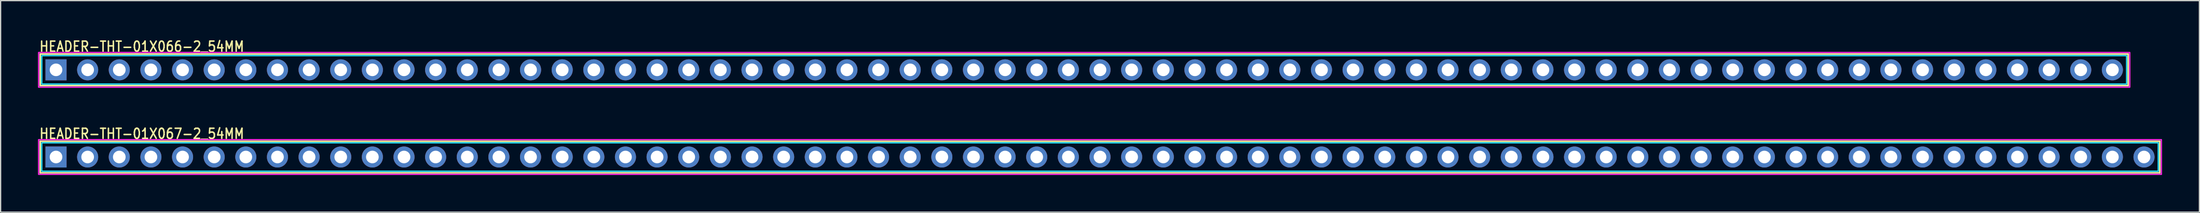
<source format=kicad_pcb>
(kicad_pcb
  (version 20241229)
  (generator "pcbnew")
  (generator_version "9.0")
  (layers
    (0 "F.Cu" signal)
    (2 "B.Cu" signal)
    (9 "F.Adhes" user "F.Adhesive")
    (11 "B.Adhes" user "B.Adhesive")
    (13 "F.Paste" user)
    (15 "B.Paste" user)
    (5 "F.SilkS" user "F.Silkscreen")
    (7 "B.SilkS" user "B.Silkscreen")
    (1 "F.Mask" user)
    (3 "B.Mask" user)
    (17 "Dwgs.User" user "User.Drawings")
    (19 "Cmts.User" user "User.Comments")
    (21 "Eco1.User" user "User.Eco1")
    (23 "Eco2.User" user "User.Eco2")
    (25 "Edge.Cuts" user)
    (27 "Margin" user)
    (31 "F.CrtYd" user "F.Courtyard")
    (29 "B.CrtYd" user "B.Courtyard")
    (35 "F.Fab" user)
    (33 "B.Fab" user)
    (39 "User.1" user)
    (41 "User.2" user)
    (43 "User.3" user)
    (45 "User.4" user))
  (footprint "HEADER-THT-01X066-2_54MM"
    (layer "F.Cu")
    (at 1.447 2.579)
    (property "Reference" "HEADER-THT-01X066-2_54MM" (at -1.4 -1.4 0) (unlocked yes) (layer "F.SilkS") (effects (font (size 0.813 0.695) (thickness 0.122)) (justify left bottom)))
    (fp_line (start -1.27 -1.27) (end -1.27 1.27) (stroke (width 0.127) (type solid)) (layer "F.SilkS"))
    (fp_line (start -1.27 1.27) (end 166.37 1.27) (stroke (width 0.127) (type solid)) (layer "F.SilkS"))
    (fp_line (start 166.37 -1.27) (end -1.27 -1.27) (stroke (width 0.127) (type solid)) (layer "F.SilkS"))
    (fp_line (start 166.37 1.27) (end 166.37 -1.27) (stroke (width 0.127) (type solid)) (layer "F.SilkS"))
    (fp_poly (pts (xy -1.143 -1.143) (xy 166.243 -1.143) (xy 166.243 1.143) (xy -1.143 1.143)) (stroke (width 0.1) (type solid)) (fill no) (layer "B.CrtYd"))
    (fp_poly (pts (xy -1.397 -1.397) (xy 166.497 -1.397) (xy 166.497 1.397) (xy -1.397 1.397)) (stroke (width 0.1) (type solid)) (fill no) (layer "F.CrtYd"))
    (pad "1" thru_hole rect (at 0 0) (size 1.693 1.693) (drill 1.016) (layers "*.Cu" "*.Mask"))
    (pad "2" thru_hole oval (at 2.54 0) (size 1.693 1.693) (drill 1.016) (layers "*.Cu" "*.Mask"))
    (pad "3" thru_hole oval (at 5.08 0) (size 1.693 1.693) (drill 1.016) (layers "*.Cu" "*.Mask"))
    (pad "4" thru_hole oval (at 7.62 0) (size 1.693 1.693) (drill 1.016) (layers "*.Cu" "*.Mask"))
    (pad "5" thru_hole oval (at 10.16 0) (size 1.693 1.693) (drill 1.016) (layers "*.Cu" "*.Mask"))
    (pad "6" thru_hole oval (at 12.7 0) (size 1.693 1.693) (drill 1.016) (layers "*.Cu" "*.Mask"))
    (pad "7" thru_hole oval (at 15.24 0) (size 1.693 1.693) (drill 1.016) (layers "*.Cu" "*.Mask"))
    (pad "8" thru_hole oval (at 17.78 0) (size 1.693 1.693) (drill 1.016) (layers "*.Cu" "*.Mask"))
    (pad "9" thru_hole oval (at 20.32 0) (size 1.693 1.693) (drill 1.016) (layers "*.Cu" "*.Mask"))
    (pad "10" thru_hole oval (at 22.86 0) (size 1.693 1.693) (drill 1.016) (layers "*.Cu" "*.Mask"))
    (pad "11" thru_hole oval (at 25.4 0) (size 1.693 1.693) (drill 1.016) (layers "*.Cu" "*.Mask"))
    (pad "12" thru_hole oval (at 27.94 0) (size 1.693 1.693) (drill 1.016) (layers "*.Cu" "*.Mask"))
    (pad "13" thru_hole oval (at 30.48 0) (size 1.693 1.693) (drill 1.016) (layers "*.Cu" "*.Mask"))
    (pad "14" thru_hole oval (at 33.02 0) (size 1.693 1.693) (drill 1.016) (layers "*.Cu" "*.Mask"))
    (pad "15" thru_hole oval (at 35.56 0) (size 1.693 1.693) (drill 1.016) (layers "*.Cu" "*.Mask"))
    (pad "16" thru_hole oval (at 38.1 0) (size 1.693 1.693) (drill 1.016) (layers "*.Cu" "*.Mask"))
    (pad "17" thru_hole oval (at 40.64 0) (size 1.693 1.693) (drill 1.016) (layers "*.Cu" "*.Mask"))
    (pad "18" thru_hole oval (at 43.18 0) (size 1.693 1.693) (drill 1.016) (layers "*.Cu" "*.Mask"))
    (pad "19" thru_hole oval (at 45.72 0) (size 1.693 1.693) (drill 1.016) (layers "*.Cu" "*.Mask"))
    (pad "20" thru_hole oval (at 48.26 0) (size 1.693 1.693) (drill 1.016) (layers "*.Cu" "*.Mask"))
    (pad "21" thru_hole oval (at 50.8 0) (size 1.693 1.693) (drill 1.016) (layers "*.Cu" "*.Mask"))
    (pad "22" thru_hole oval (at 53.34 0) (size 1.693 1.693) (drill 1.016) (layers "*.Cu" "*.Mask"))
    (pad "23" thru_hole oval (at 55.88 0) (size 1.693 1.693) (drill 1.016) (layers "*.Cu" "*.Mask"))
    (pad "24" thru_hole oval (at 58.42 0) (size 1.693 1.693) (drill 1.016) (layers "*.Cu" "*.Mask"))
    (pad "25" thru_hole oval (at 60.96 0) (size 1.693 1.693) (drill 1.016) (layers "*.Cu" "*.Mask"))
    (pad "26" thru_hole oval (at 63.5 0) (size 1.693 1.693) (drill 1.016) (layers "*.Cu" "*.Mask"))
    (pad "27" thru_hole oval (at 66.04 0) (size 1.693 1.693) (drill 1.016) (layers "*.Cu" "*.Mask"))
    (pad "28" thru_hole oval (at 68.58 0) (size 1.693 1.693) (drill 1.016) (layers "*.Cu" "*.Mask"))
    (pad "29" thru_hole oval (at 71.12 0) (size 1.693 1.693) (drill 1.016) (layers "*.Cu" "*.Mask"))
    (pad "30" thru_hole oval (at 73.66 0) (size 1.693 1.693) (drill 1.016) (layers "*.Cu" "*.Mask"))
    (pad "31" thru_hole oval (at 76.2 0) (size 1.693 1.693) (drill 1.016) (layers "*.Cu" "*.Mask"))
    (pad "32" thru_hole oval (at 78.74 0) (size 1.693 1.693) (drill 1.016) (layers "*.Cu" "*.Mask"))
    (pad "33" thru_hole oval (at 81.28 0) (size 1.693 1.693) (drill 1.016) (layers "*.Cu" "*.Mask"))
    (pad "34" thru_hole oval (at 83.82 0) (size 1.693 1.693) (drill 1.016) (layers "*.Cu" "*.Mask"))
    (pad "35" thru_hole oval (at 86.36 0) (size 1.693 1.693) (drill 1.016) (layers "*.Cu" "*.Mask"))
    (pad "36" thru_hole oval (at 88.9 0) (size 1.693 1.693) (drill 1.016) (layers "*.Cu" "*.Mask"))
    (pad "37" thru_hole oval (at 91.44 0) (size 1.693 1.693) (drill 1.016) (layers "*.Cu" "*.Mask"))
    (pad "38" thru_hole oval (at 93.98 0) (size 1.693 1.693) (drill 1.016) (layers "*.Cu" "*.Mask"))
    (pad "39" thru_hole oval (at 96.52 0) (size 1.693 1.693) (drill 1.016) (layers "*.Cu" "*.Mask"))
    (pad "40" thru_hole oval (at 99.06 0) (size 1.693 1.693) (drill 1.016) (layers "*.Cu" "*.Mask"))
    (pad "41" thru_hole oval (at 101.6 0) (size 1.693 1.693) (drill 1.016) (layers "*.Cu" "*.Mask"))
    (pad "42" thru_hole oval (at 104.14 0) (size 1.693 1.693) (drill 1.016) (layers "*.Cu" "*.Mask"))
    (pad "43" thru_hole oval (at 106.68 0) (size 1.693 1.693) (drill 1.016) (layers "*.Cu" "*.Mask"))
    (pad "44" thru_hole oval (at 109.22 0) (size 1.693 1.693) (drill 1.016) (layers "*.Cu" "*.Mask"))
    (pad "45" thru_hole oval (at 111.76 0) (size 1.693 1.693) (drill 1.016) (layers "*.Cu" "*.Mask"))
    (pad "46" thru_hole oval (at 114.3 0) (size 1.693 1.693) (drill 1.016) (layers "*.Cu" "*.Mask"))
    (pad "47" thru_hole oval (at 116.84 0) (size 1.693 1.693) (drill 1.016) (layers "*.Cu" "*.Mask"))
    (pad "48" thru_hole oval (at 119.38 0) (size 1.693 1.693) (drill 1.016) (layers "*.Cu" "*.Mask"))
    (pad "49" thru_hole oval (at 121.92 0) (size 1.693 1.693) (drill 1.016) (layers "*.Cu" "*.Mask"))
    (pad "50" thru_hole oval (at 124.46 0) (size 1.693 1.693) (drill 1.016) (layers "*.Cu" "*.Mask"))
    (pad "51" thru_hole oval (at 127 0) (size 1.693 1.693) (drill 1.016) (layers "*.Cu" "*.Mask"))
    (pad "52" thru_hole oval (at 129.54 0) (size 1.693 1.693) (drill 1.016) (layers "*.Cu" "*.Mask"))
    (pad "53" thru_hole oval (at 132.08 0) (size 1.693 1.693) (drill 1.016) (layers "*.Cu" "*.Mask"))
    (pad "54" thru_hole oval (at 134.62 0) (size 1.693 1.693) (drill 1.016) (layers "*.Cu" "*.Mask"))
    (pad "55" thru_hole oval (at 137.16 0) (size 1.693 1.693) (drill 1.016) (layers "*.Cu" "*.Mask"))
    (pad "56" thru_hole oval (at 139.7 0) (size 1.693 1.693) (drill 1.016) (layers "*.Cu" "*.Mask"))
    (pad "57" thru_hole oval (at 142.24 0) (size 1.693 1.693) (drill 1.016) (layers "*.Cu" "*.Mask"))
    (pad "58" thru_hole oval (at 144.78 0) (size 1.693 1.693) (drill 1.016) (layers "*.Cu" "*.Mask"))
    (pad "59" thru_hole oval (at 147.32 0) (size 1.693 1.693) (drill 1.016) (layers "*.Cu" "*.Mask"))
    (pad "60" thru_hole oval (at 149.86 0) (size 1.693 1.693) (drill 1.016) (layers "*.Cu" "*.Mask"))
    (pad "61" thru_hole oval (at 152.4 0) (size 1.693 1.693) (drill 1.016) (layers "*.Cu" "*.Mask"))
    (pad "62" thru_hole oval (at 154.94 0) (size 1.693 1.693) (drill 1.016) (layers "*.Cu" "*.Mask"))
    (pad "63" thru_hole oval (at 157.48 0) (size 1.693 1.693) (drill 1.016) (layers "*.Cu" "*.Mask"))
    (pad "64" thru_hole oval (at 160.02 0) (size 1.693 1.693) (drill 1.016) (layers "*.Cu" "*.Mask"))
    (pad "65" thru_hole oval (at 162.56 0) (size 1.693 1.693) (drill 1.016) (layers "*.Cu" "*.Mask"))
    (pad "66" thru_hole oval (at 165.1 0) (size 1.693 1.693) (drill 1.016) (layers "*.Cu" "*.Mask")))
  (footprint "HEADER-THT-01X067-2_54MM"
    (layer "F.Cu")
    (at 1.447 9.604)
    (property "Reference" "HEADER-THT-01X067-2_54MM" (at -1.4 -1.4 0) (unlocked yes) (layer "F.SilkS") (effects (font (size 0.813 0.695) (thickness 0.122)) (justify left bottom)))
    (fp_line (start -1.27 -1.27) (end -1.27 1.27) (stroke (width 0.127) (type solid)) (layer "F.SilkS"))
    (fp_line (start -1.27 1.27) (end 168.91 1.27) (stroke (width 0.127) (type solid)) (layer "F.SilkS"))
    (fp_line (start 168.91 -1.27) (end -1.27 -1.27) (stroke (width 0.127) (type solid)) (layer "F.SilkS"))
    (fp_line (start 168.91 1.27) (end 168.91 -1.27) (stroke (width 0.127) (type solid)) (layer "F.SilkS"))
    (fp_poly (pts (xy -1.143 -1.143) (xy 168.783 -1.143) (xy 168.783 1.143) (xy -1.143 1.143)) (stroke (width 0.1) (type solid)) (fill no) (layer "B.CrtYd"))
    (fp_poly (pts (xy -1.397 -1.397) (xy 169.037 -1.397) (xy 169.037 1.397) (xy -1.397 1.397)) (stroke (width 0.1) (type solid)) (fill no) (layer "F.CrtYd"))
    (pad "P$1" thru_hole rect (at 0 0) (size 1.693 1.693) (drill 1.016) (layers "*.Cu" "*.Mask"))
    (pad "P$2" thru_hole oval (at 2.54 0) (size 1.693 1.693) (drill 1.016) (layers "*.Cu" "*.Mask"))
    (pad "P$3" thru_hole oval (at 5.08 0) (size 1.693 1.693) (drill 1.016) (layers "*.Cu" "*.Mask"))
    (pad "P$4" thru_hole oval (at 7.62 0) (size 1.693 1.693) (drill 1.016) (layers "*.Cu" "*.Mask"))
    (pad "P$5" thru_hole oval (at 10.16 0) (size 1.693 1.693) (drill 1.016) (layers "*.Cu" "*.Mask"))
    (pad "P$6" thru_hole oval (at 12.7 0) (size 1.693 1.693) (drill 1.016) (layers "*.Cu" "*.Mask"))
    (pad "P$7" thru_hole oval (at 15.24 0) (size 1.693 1.693) (drill 1.016) (layers "*.Cu" "*.Mask"))
    (pad "P$8" thru_hole oval (at 17.78 0) (size 1.693 1.693) (drill 1.016) (layers "*.Cu" "*.Mask"))
    (pad "P$9" thru_hole oval (at 20.32 0) (size 1.693 1.693) (drill 1.016) (layers "*.Cu" "*.Mask"))
    (pad "P$10" thru_hole oval (at 22.86 0) (size 1.693 1.693) (drill 1.016) (layers "*.Cu" "*.Mask"))
    (pad "P$11" thru_hole oval (at 25.4 0) (size 1.693 1.693) (drill 1.016) (layers "*.Cu" "*.Mask"))
    (pad "P$12" thru_hole oval (at 27.94 0) (size 1.693 1.693) (drill 1.016) (layers "*.Cu" "*.Mask"))
    (pad "P$13" thru_hole oval (at 30.48 0) (size 1.693 1.693) (drill 1.016) (layers "*.Cu" "*.Mask"))
    (pad "P$14" thru_hole oval (at 33.02 0) (size 1.693 1.693) (drill 1.016) (layers "*.Cu" "*.Mask"))
    (pad "P$15" thru_hole oval (at 35.56 0) (size 1.693 1.693) (drill 1.016) (layers "*.Cu" "*.Mask"))
    (pad "P$16" thru_hole oval (at 38.1 0) (size 1.693 1.693) (drill 1.016) (layers "*.Cu" "*.Mask"))
    (pad "P$17" thru_hole oval (at 40.64 0) (size 1.693 1.693) (drill 1.016) (layers "*.Cu" "*.Mask"))
    (pad "P$18" thru_hole oval (at 43.18 0) (size 1.693 1.693) (drill 1.016) (layers "*.Cu" "*.Mask"))
    (pad "P$19" thru_hole oval (at 45.72 0) (size 1.693 1.693) (drill 1.016) (layers "*.Cu" "*.Mask"))
    (pad "P$20" thru_hole oval (at 48.26 0) (size 1.693 1.693) (drill 1.016) (layers "*.Cu" "*.Mask"))
    (pad "P$21" thru_hole oval (at 50.8 0) (size 1.693 1.693) (drill 1.016) (layers "*.Cu" "*.Mask"))
    (pad "P$22" thru_hole oval (at 53.34 0) (size 1.693 1.693) (drill 1.016) (layers "*.Cu" "*.Mask"))
    (pad "P$23" thru_hole oval (at 55.88 0) (size 1.693 1.693) (drill 1.016) (layers "*.Cu" "*.Mask"))
    (pad "P$24" thru_hole oval (at 58.42 0) (size 1.693 1.693) (drill 1.016) (layers "*.Cu" "*.Mask"))
    (pad "P$25" thru_hole oval (at 60.96 0) (size 1.693 1.693) (drill 1.016) (layers "*.Cu" "*.Mask"))
    (pad "P$26" thru_hole oval (at 63.5 0) (size 1.693 1.693) (drill 1.016) (layers "*.Cu" "*.Mask"))
    (pad "P$27" thru_hole oval (at 66.04 0) (size 1.693 1.693) (drill 1.016) (layers "*.Cu" "*.Mask"))
    (pad "P$28" thru_hole oval (at 68.58 0) (size 1.693 1.693) (drill 1.016) (layers "*.Cu" "*.Mask"))
    (pad "P$29" thru_hole oval (at 71.12 0) (size 1.693 1.693) (drill 1.016) (layers "*.Cu" "*.Mask"))
    (pad "P$30" thru_hole oval (at 73.66 0) (size 1.693 1.693) (drill 1.016) (layers "*.Cu" "*.Mask"))
    (pad "P$31" thru_hole oval (at 76.2 0) (size 1.693 1.693) (drill 1.016) (layers "*.Cu" "*.Mask"))
    (pad "P$32" thru_hole oval (at 78.74 0) (size 1.693 1.693) (drill 1.016) (layers "*.Cu" "*.Mask"))
    (pad "P$33" thru_hole oval (at 81.28 0) (size 1.693 1.693) (drill 1.016) (layers "*.Cu" "*.Mask"))
    (pad "P$34" thru_hole oval (at 83.82 0) (size 1.693 1.693) (drill 1.016) (layers "*.Cu" "*.Mask"))
    (pad "P$35" thru_hole oval (at 86.36 0) (size 1.693 1.693) (drill 1.016) (layers "*.Cu" "*.Mask"))
    (pad "P$36" thru_hole oval (at 88.9 0) (size 1.693 1.693) (drill 1.016) (layers "*.Cu" "*.Mask"))
    (pad "P$37" thru_hole oval (at 91.44 0) (size 1.693 1.693) (drill 1.016) (layers "*.Cu" "*.Mask"))
    (pad "P$38" thru_hole oval (at 93.98 0) (size 1.693 1.693) (drill 1.016) (layers "*.Cu" "*.Mask"))
    (pad "P$39" thru_hole oval (at 96.52 0) (size 1.693 1.693) (drill 1.016) (layers "*.Cu" "*.Mask"))
    (pad "P$40" thru_hole oval (at 99.06 0) (size 1.693 1.693) (drill 1.016) (layers "*.Cu" "*.Mask"))
    (pad "P$41" thru_hole oval (at 101.6 0) (size 1.693 1.693) (drill 1.016) (layers "*.Cu" "*.Mask"))
    (pad "P$42" thru_hole oval (at 104.14 0) (size 1.693 1.693) (drill 1.016) (layers "*.Cu" "*.Mask"))
    (pad "P$43" thru_hole oval (at 106.68 0) (size 1.693 1.693) (drill 1.016) (layers "*.Cu" "*.Mask"))
    (pad "P$44" thru_hole oval (at 109.22 0) (size 1.693 1.693) (drill 1.016) (layers "*.Cu" "*.Mask"))
    (pad "P$45" thru_hole oval (at 111.76 0) (size 1.693 1.693) (drill 1.016) (layers "*.Cu" "*.Mask"))
    (pad "P$46" thru_hole oval (at 114.3 0) (size 1.693 1.693) (drill 1.016) (layers "*.Cu" "*.Mask"))
    (pad "P$47" thru_hole oval (at 116.84 0) (size 1.693 1.693) (drill 1.016) (layers "*.Cu" "*.Mask"))
    (pad "P$48" thru_hole oval (at 119.38 0) (size 1.693 1.693) (drill 1.016) (layers "*.Cu" "*.Mask"))
    (pad "P$49" thru_hole oval (at 121.92 0) (size 1.693 1.693) (drill 1.016) (layers "*.Cu" "*.Mask"))
    (pad "P$50" thru_hole oval (at 124.46 0) (size 1.693 1.693) (drill 1.016) (layers "*.Cu" "*.Mask"))
    (pad "P$51" thru_hole oval (at 127 0) (size 1.693 1.693) (drill 1.016) (layers "*.Cu" "*.Mask"))
    (pad "P$52" thru_hole oval (at 129.54 0) (size 1.693 1.693) (drill 1.016) (layers "*.Cu" "*.Mask"))
    (pad "P$53" thru_hole oval (at 132.08 0) (size 1.693 1.693) (drill 1.016) (layers "*.Cu" "*.Mask"))
    (pad "P$54" thru_hole oval (at 134.62 0) (size 1.693 1.693) (drill 1.016) (layers "*.Cu" "*.Mask"))
    (pad "P$55" thru_hole oval (at 137.16 0) (size 1.693 1.693) (drill 1.016) (layers "*.Cu" "*.Mask"))
    (pad "P$56" thru_hole oval (at 139.7 0) (size 1.693 1.693) (drill 1.016) (layers "*.Cu" "*.Mask"))
    (pad "P$57" thru_hole oval (at 142.24 0) (size 1.693 1.693) (drill 1.016) (layers "*.Cu" "*.Mask"))
    (pad "P$58" thru_hole oval (at 144.78 0) (size 1.693 1.693) (drill 1.016) (layers "*.Cu" "*.Mask"))
    (pad "P$59" thru_hole oval (at 147.32 0) (size 1.693 1.693) (drill 1.016) (layers "*.Cu" "*.Mask"))
    (pad "P$60" thru_hole oval (at 149.86 0) (size 1.693 1.693) (drill 1.016) (layers "*.Cu" "*.Mask"))
    (pad "P$61" thru_hole oval (at 152.4 0) (size 1.693 1.693) (drill 1.016) (layers "*.Cu" "*.Mask"))
    (pad "P$62" thru_hole oval (at 154.94 0) (size 1.693 1.693) (drill 1.016) (layers "*.Cu" "*.Mask"))
    (pad "P$63" thru_hole oval (at 157.48 0) (size 1.693 1.693) (drill 1.016) (layers "*.Cu" "*.Mask"))
    (pad "P$64" thru_hole oval (at 160.02 0) (size 1.693 1.693) (drill 1.016) (layers "*.Cu" "*.Mask"))
    (pad "P$65" thru_hole oval (at 162.56 0) (size 1.693 1.693) (drill 1.016) (layers "*.Cu" "*.Mask"))
    (pad "P$66" thru_hole oval (at 165.1 0) (size 1.693 1.693) (drill 1.016) (layers "*.Cu" "*.Mask"))
    (pad "P$67" thru_hole oval (at 167.64 0) (size 1.693 1.693) (drill 1.016) (layers "*.Cu" "*.Mask")))
  (gr_rect
    (start -3 -3)
    (end 173.534 14.051)
    (stroke (width 0.1) (type default))
    (fill no)
    (layer "Edge.Cuts")))
</source>
